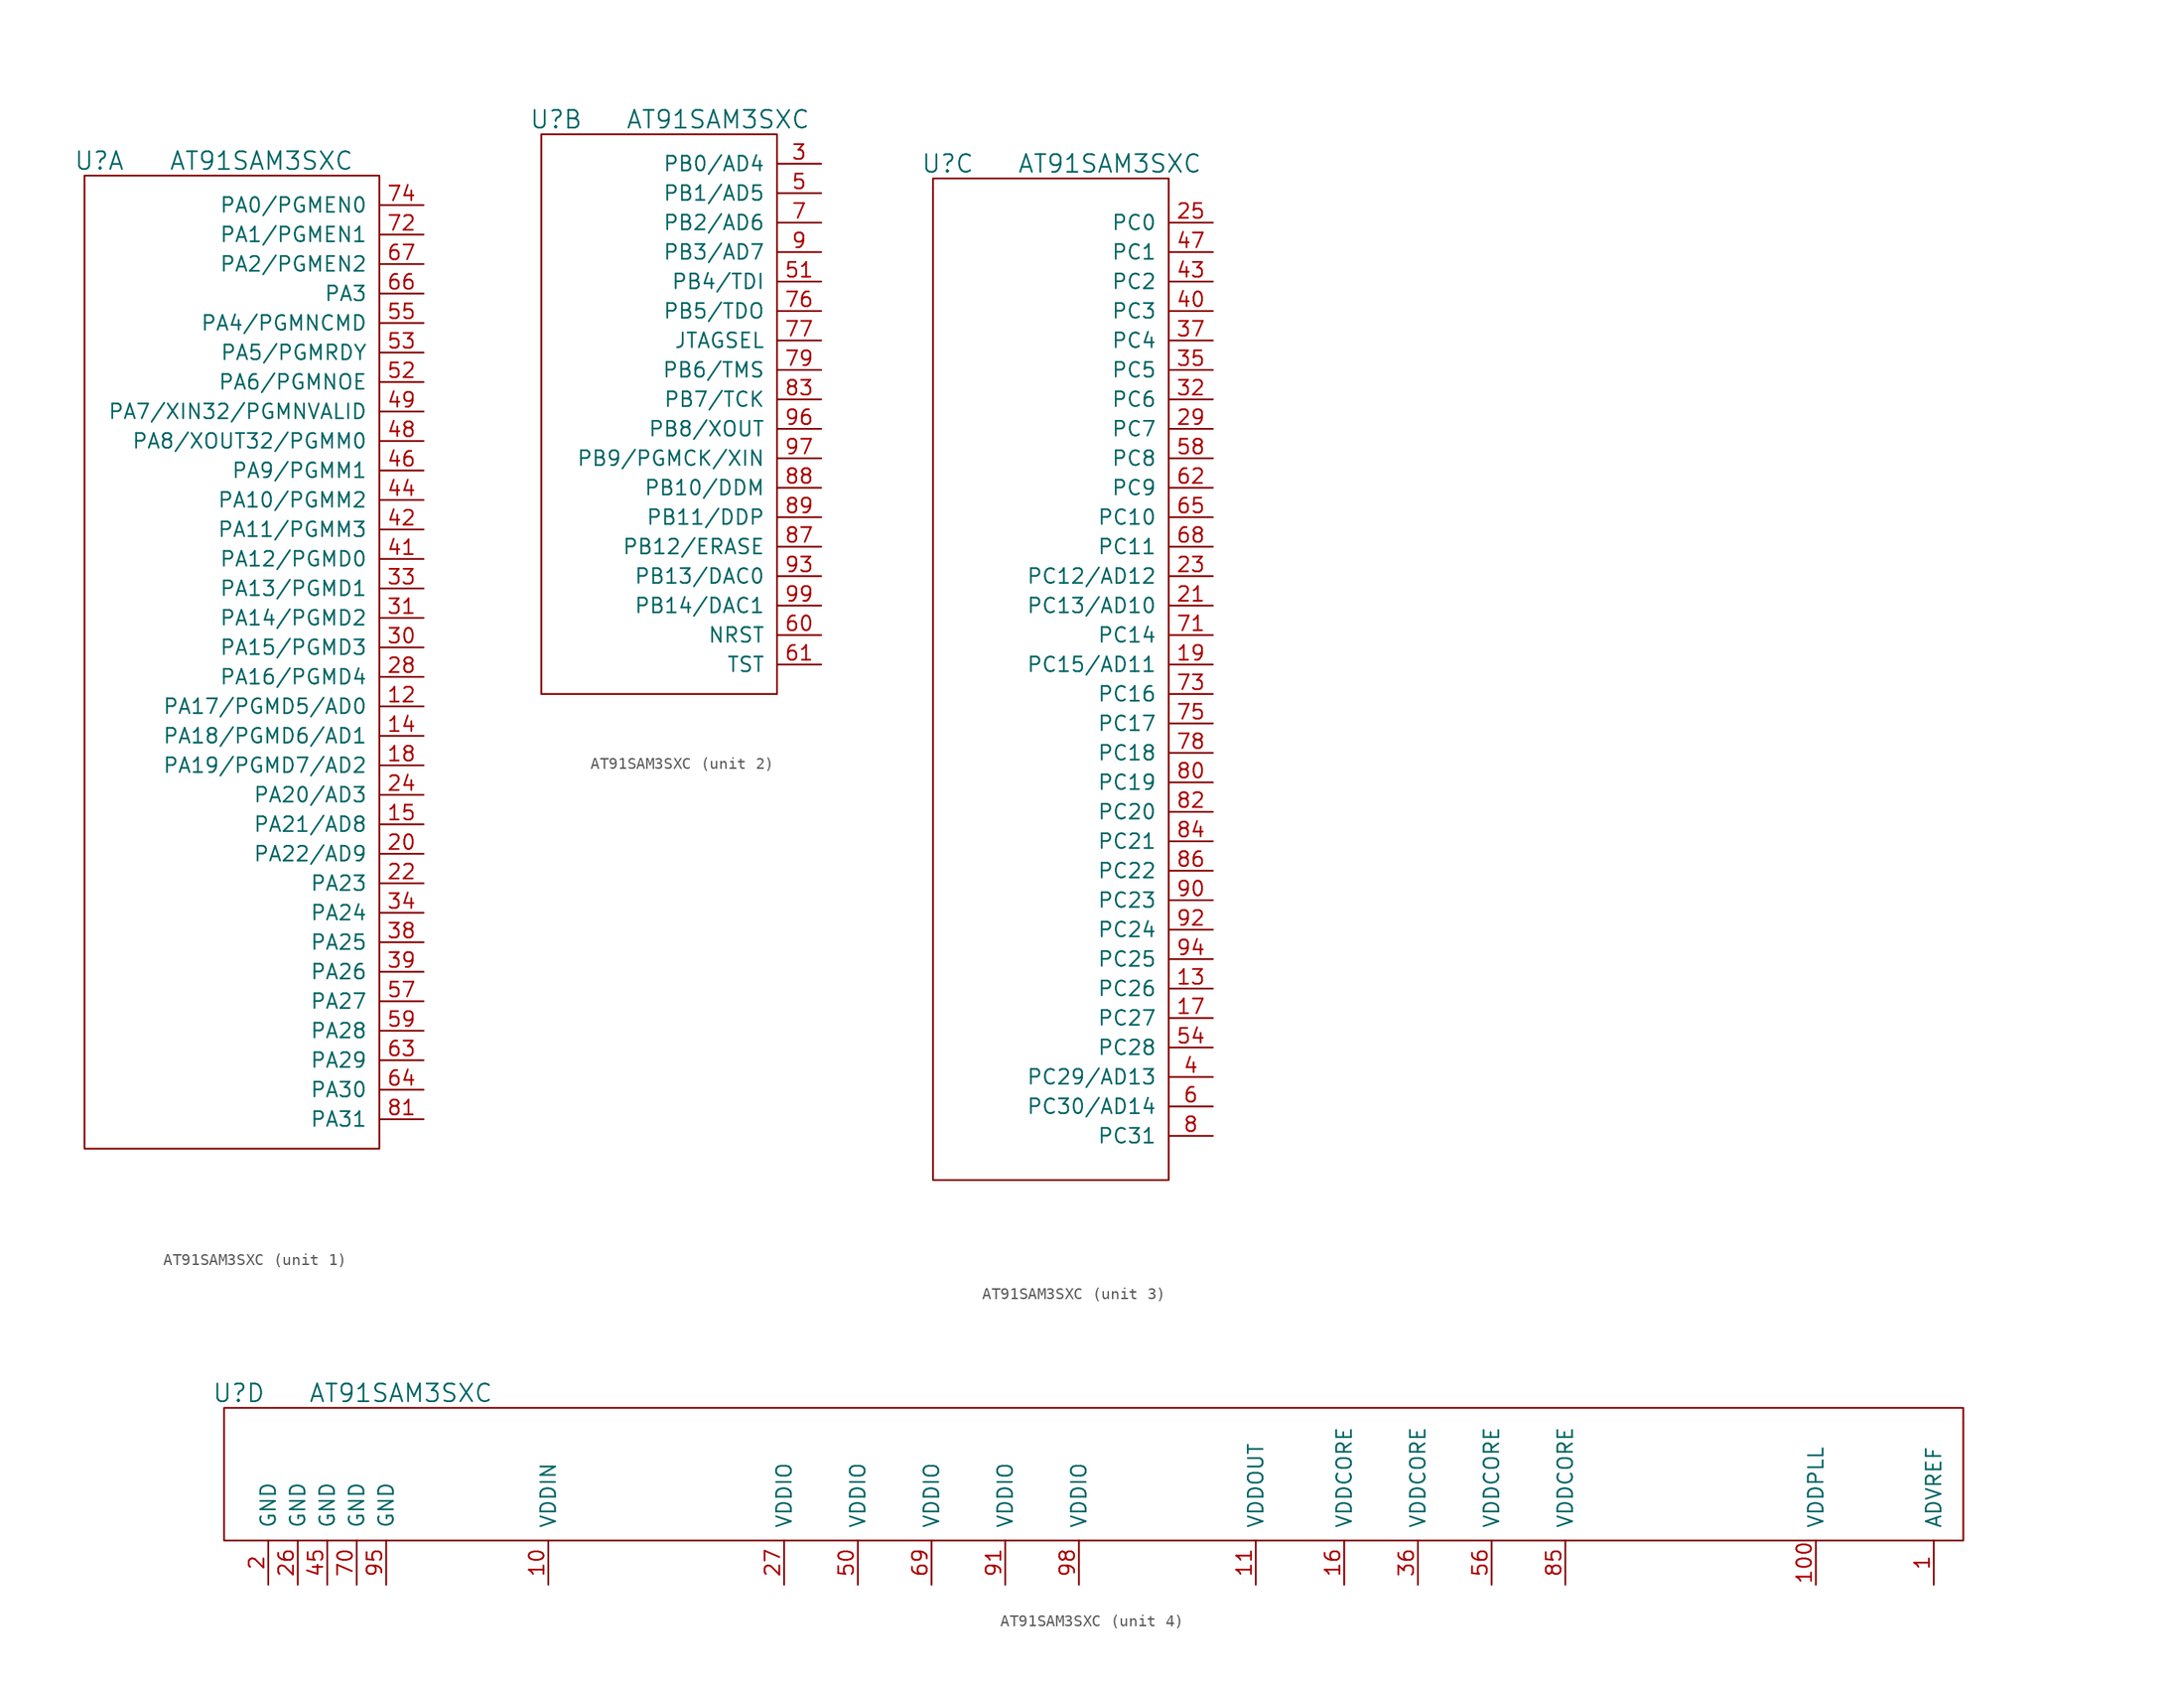
<source format=kicad_sym>
(kicad_symbol_lib
  (version 20210619)
  (generator kicad_symbol_editor)
  (symbol "tinkerforge:AT91SAM3SXC"
    (pin_names
      (offset 1.016))
    (property "Reference" "U"
      (at 1.27 1.27 0)
      (effects (font (size 1.524 1.524))))
    (property "Value" "AT91SAM3SXC"
      (at 15.24 1.27 0)
      (effects (font (size 1.524 1.524))))
    (property "Footprint" ""
      (at 0 0 0)
      (effects (font (size 1.524 1.524))))
    (property "Datasheet" ""
      (at 0 0 0)
      (effects (font (size 1.524 1.524))))
    (symbol "AT91SAM3SXC_1_1"
      (rectangle (start 25.4 0) (end 0 -83.82) (stroke (width 0)) (fill (type none)))
      (pin passive line (at 29.21 -45.72 180) (length 3.81) (name "PA17/PGMD5/AD0" (effects (font (size 1.27 1.27)))) (number "12" (effects (font (size 1.27 1.27)))))
      (pin passive line (at 29.21 -48.26 180) (length 3.81) (name "PA18/PGMD6/AD1" (effects (font (size 1.27 1.27)))) (number "14" (effects (font (size 1.27 1.27)))))
      (pin passive line (at 29.21 -55.88 180) (length 3.81) (name "PA21/AD8" (effects (font (size 1.27 1.27)))) (number "15" (effects (font (size 1.27 1.27)))))
      (pin passive line (at 29.21 -50.8 180) (length 3.81) (name "PA19/PGMD7/AD2" (effects (font (size 1.27 1.27)))) (number "18" (effects (font (size 1.27 1.27)))))
      (pin passive line (at 29.21 -58.42 180) (length 3.81) (name "PA22/AD9" (effects (font (size 1.27 1.27)))) (number "20" (effects (font (size 1.27 1.27)))))
      (pin passive line (at 29.21 -60.96 180) (length 3.81) (name "PA23" (effects (font (size 1.27 1.27)))) (number "22" (effects (font (size 1.27 1.27)))))
      (pin passive line (at 29.21 -53.34 180) (length 3.81) (name "PA20/AD3" (effects (font (size 1.27 1.27)))) (number "24" (effects (font (size 1.27 1.27)))))
      (pin passive line (at 29.21 -43.18 180) (length 3.81) (name "PA16/PGMD4" (effects (font (size 1.27 1.27)))) (number "28" (effects (font (size 1.27 1.27)))))
      (pin passive line (at 29.21 -40.64 180) (length 3.81) (name "PA15/PGMD3" (effects (font (size 1.27 1.27)))) (number "30" (effects (font (size 1.27 1.27)))))
      (pin passive line (at 29.21 -38.1 180) (length 3.81) (name "PA14/PGMD2" (effects (font (size 1.27 1.27)))) (number "31" (effects (font (size 1.27 1.27)))))
      (pin passive line (at 29.21 -35.56 180) (length 3.81) (name "PA13/PGMD1" (effects (font (size 1.27 1.27)))) (number "33" (effects (font (size 1.27 1.27)))))
      (pin passive line (at 29.21 -63.5 180) (length 3.81) (name "PA24" (effects (font (size 1.27 1.27)))) (number "34" (effects (font (size 1.27 1.27)))))
      (pin passive line (at 29.21 -66.04 180) (length 3.81) (name "PA25" (effects (font (size 1.27 1.27)))) (number "38" (effects (font (size 1.27 1.27)))))
      (pin passive line (at 29.21 -68.58 180) (length 3.81) (name "PA26" (effects (font (size 1.27 1.27)))) (number "39" (effects (font (size 1.27 1.27)))))
      (pin passive line (at 29.21 -33.02 180) (length 3.81) (name "PA12/PGMD0" (effects (font (size 1.27 1.27)))) (number "41" (effects (font (size 1.27 1.27)))))
      (pin passive line (at 29.21 -30.48 180) (length 3.81) (name "PA11/PGMM3" (effects (font (size 1.27 1.27)))) (number "42" (effects (font (size 1.27 1.27)))))
      (pin passive line (at 29.21 -27.94 180) (length 3.81) (name "PA10/PGMM2" (effects (font (size 1.27 1.27)))) (number "44" (effects (font (size 1.27 1.27)))))
      (pin passive line (at 29.21 -25.4 180) (length 3.81) (name "PA9/PGMM1" (effects (font (size 1.27 1.27)))) (number "46" (effects (font (size 1.27 1.27)))))
      (pin passive line (at 29.21 -22.86 180) (length 3.81) (name "PA8/XOUT32/PGMM0" (effects (font (size 1.27 1.27)))) (number "48" (effects (font (size 1.27 1.27)))))
      (pin passive line (at 29.21 -20.32 180) (length 3.81) (name "PA7/XIN32/PGMNVALID" (effects (font (size 1.27 1.27)))) (number "49" (effects (font (size 1.27 1.27)))))
      (pin passive line (at 29.21 -17.78 180) (length 3.81) (name "PA6/PGMNOE" (effects (font (size 1.27 1.27)))) (number "52" (effects (font (size 1.27 1.27)))))
      (pin passive line (at 29.21 -15.24 180) (length 3.81) (name "PA5/PGMRDY" (effects (font (size 1.27 1.27)))) (number "53" (effects (font (size 1.27 1.27)))))
      (pin passive line (at 29.21 -12.7 180) (length 3.81) (name "PA4/PGMNCMD" (effects (font (size 1.27 1.27)))) (number "55" (effects (font (size 1.27 1.27)))))
      (pin passive line (at 29.21 -71.12 180) (length 3.81) (name "PA27" (effects (font (size 1.27 1.27)))) (number "57" (effects (font (size 1.27 1.27)))))
      (pin passive line (at 29.21 -73.66 180) (length 3.81) (name "PA28" (effects (font (size 1.27 1.27)))) (number "59" (effects (font (size 1.27 1.27)))))
      (pin passive line (at 29.21 -76.2 180) (length 3.81) (name "PA29" (effects (font (size 1.27 1.27)))) (number "63" (effects (font (size 1.27 1.27)))))
      (pin passive line (at 29.21 -78.74 180) (length 3.81) (name "PA30" (effects (font (size 1.27 1.27)))) (number "64" (effects (font (size 1.27 1.27)))))
      (pin passive line (at 29.21 -10.16 180) (length 3.81) (name "PA3" (effects (font (size 1.27 1.27)))) (number "66" (effects (font (size 1.27 1.27)))))
      (pin passive line (at 29.21 -7.62 180) (length 3.81) (name "PA2/PGMEN2" (effects (font (size 1.27 1.27)))) (number "67" (effects (font (size 1.27 1.27)))))
      (pin passive line (at 29.21 -5.08 180) (length 3.81) (name "PA1/PGMEN1" (effects (font (size 1.27 1.27)))) (number "72" (effects (font (size 1.27 1.27)))))
      (pin passive line (at 29.21 -2.54 180) (length 3.81) (name "PA0/PGMEN0" (effects (font (size 1.27 1.27)))) (number "74" (effects (font (size 1.27 1.27)))))
      (pin passive line (at 29.21 -81.28 180) (length 3.81) (name "PA31" (effects (font (size 1.27 1.27)))) (number "81" (effects (font (size 1.27 1.27))))))
    (symbol "AT91SAM3SXC_2_1"
      (rectangle (start 20.32 0) (end 0 -48.26) (stroke (width 0)) (fill (type none)))
      (pin passive line (at 24.13 -2.54 180) (length 3.81) (name "PB0/AD4" (effects (font (size 1.27 1.27)))) (number "3" (effects (font (size 1.27 1.27)))))
      (pin passive line (at 24.13 -5.08 180) (length 3.81) (name "PB1/AD5" (effects (font (size 1.27 1.27)))) (number "5" (effects (font (size 1.27 1.27)))))
      (pin passive line (at 24.13 -12.7 180) (length 3.81) (name "PB4/TDI" (effects (font (size 1.27 1.27)))) (number "51" (effects (font (size 1.27 1.27)))))
      (pin passive line (at 24.13 -43.18 180) (length 3.81) (name "NRST" (effects (font (size 1.27 1.27)))) (number "60" (effects (font (size 1.27 1.27)))))
      (pin passive line (at 24.13 -45.72 180) (length 3.81) (name "TST" (effects (font (size 1.27 1.27)))) (number "61" (effects (font (size 1.27 1.27)))))
      (pin passive line (at 24.13 -7.62 180) (length 3.81) (name "PB2/AD6" (effects (font (size 1.27 1.27)))) (number "7" (effects (font (size 1.27 1.27)))))
      (pin passive line (at 24.13 -15.24 180) (length 3.81) (name "PB5/TDO" (effects (font (size 1.27 1.27)))) (number "76" (effects (font (size 1.27 1.27)))))
      (pin passive line (at 24.13 -17.78 180) (length 3.81) (name "JTAGSEL" (effects (font (size 1.27 1.27)))) (number "77" (effects (font (size 1.27 1.27)))))
      (pin passive line (at 24.13 -20.32 180) (length 3.81) (name "PB6/TMS" (effects (font (size 1.27 1.27)))) (number "79" (effects (font (size 1.27 1.27)))))
      (pin passive line (at 24.13 -22.86 180) (length 3.81) (name "PB7/TCK" (effects (font (size 1.27 1.27)))) (number "83" (effects (font (size 1.27 1.27)))))
      (pin passive line (at 24.13 -35.56 180) (length 3.81) (name "PB12/ERASE" (effects (font (size 1.27 1.27)))) (number "87" (effects (font (size 1.27 1.27)))))
      (pin passive line (at 24.13 -30.48 180) (length 3.81) (name "PB10/DDM" (effects (font (size 1.27 1.27)))) (number "88" (effects (font (size 1.27 1.27)))))
      (pin passive line (at 24.13 -33.02 180) (length 3.81) (name "PB11/DDP" (effects (font (size 1.27 1.27)))) (number "89" (effects (font (size 1.27 1.27)))))
      (pin passive line (at 24.13 -10.16 180) (length 3.81) (name "PB3/AD7" (effects (font (size 1.27 1.27)))) (number "9" (effects (font (size 1.27 1.27)))))
      (pin passive line (at 24.13 -38.1 180) (length 3.81) (name "PB13/DAC0" (effects (font (size 1.27 1.27)))) (number "93" (effects (font (size 1.27 1.27)))))
      (pin passive line (at 24.13 -25.4 180) (length 3.81) (name "PB8/XOUT" (effects (font (size 1.27 1.27)))) (number "96" (effects (font (size 1.27 1.27)))))
      (pin passive line (at 24.13 -27.94 180) (length 3.81) (name "PB9/PGMCK/XIN" (effects (font (size 1.27 1.27)))) (number "97" (effects (font (size 1.27 1.27)))))
      (pin passive line (at 24.13 -40.64 180) (length 3.81) (name "PB14/DAC1" (effects (font (size 1.27 1.27)))) (number "99" (effects (font (size 1.27 1.27))))))
    (symbol "AT91SAM3SXC_3_1"
      (rectangle (start 0 0) (end 20.32 -86.36) (stroke (width 0)) (fill (type none)))
      (pin passive line (at 24.13 -69.85 180) (length 3.81) (name "PC26" (effects (font (size 1.27 1.27)))) (number "13" (effects (font (size 1.27 1.27)))))
      (pin passive line (at 24.13 -72.39 180) (length 3.81) (name "PC27" (effects (font (size 1.27 1.27)))) (number "17" (effects (font (size 1.27 1.27)))))
      (pin passive line (at 24.13 -41.91 180) (length 3.81) (name "PC15/AD11" (effects (font (size 1.27 1.27)))) (number "19" (effects (font (size 1.27 1.27)))))
      (pin passive line (at 24.13 -36.83 180) (length 3.81) (name "PC13/AD10" (effects (font (size 1.27 1.27)))) (number "21" (effects (font (size 1.27 1.27)))))
      (pin passive line (at 24.13 -34.29 180) (length 3.81) (name "PC12/AD12" (effects (font (size 1.27 1.27)))) (number "23" (effects (font (size 1.27 1.27)))))
      (pin passive line (at 24.13 -3.81 180) (length 3.81) (name "PC0" (effects (font (size 1.27 1.27)))) (number "25" (effects (font (size 1.27 1.27)))))
      (pin passive line (at 24.13 -21.59 180) (length 3.81) (name "PC7" (effects (font (size 1.27 1.27)))) (number "29" (effects (font (size 1.27 1.27)))))
      (pin passive line (at 24.13 -19.05 180) (length 3.81) (name "PC6" (effects (font (size 1.27 1.27)))) (number "32" (effects (font (size 1.27 1.27)))))
      (pin passive line (at 24.13 -16.51 180) (length 3.81) (name "PC5" (effects (font (size 1.27 1.27)))) (number "35" (effects (font (size 1.27 1.27)))))
      (pin passive line (at 24.13 -13.97 180) (length 3.81) (name "PC4" (effects (font (size 1.27 1.27)))) (number "37" (effects (font (size 1.27 1.27)))))
      (pin passive line (at 24.13 -77.47 180) (length 3.81) (name "PC29/AD13" (effects (font (size 1.27 1.27)))) (number "4" (effects (font (size 1.27 1.27)))))
      (pin passive line (at 24.13 -11.43 180) (length 3.81) (name "PC3" (effects (font (size 1.27 1.27)))) (number "40" (effects (font (size 1.27 1.27)))))
      (pin passive line (at 24.13 -8.89 180) (length 3.81) (name "PC2" (effects (font (size 1.27 1.27)))) (number "43" (effects (font (size 1.27 1.27)))))
      (pin passive line (at 24.13 -6.35 180) (length 3.81) (name "PC1" (effects (font (size 1.27 1.27)))) (number "47" (effects (font (size 1.27 1.27)))))
      (pin passive line (at 24.13 -74.93 180) (length 3.81) (name "PC28" (effects (font (size 1.27 1.27)))) (number "54" (effects (font (size 1.27 1.27)))))
      (pin passive line (at 24.13 -24.13 180) (length 3.81) (name "PC8" (effects (font (size 1.27 1.27)))) (number "58" (effects (font (size 1.27 1.27)))))
      (pin passive line (at 24.13 -80.01 180) (length 3.81) (name "PC30/AD14" (effects (font (size 1.27 1.27)))) (number "6" (effects (font (size 1.27 1.27)))))
      (pin passive line (at 24.13 -26.67 180) (length 3.81) (name "PC9" (effects (font (size 1.27 1.27)))) (number "62" (effects (font (size 1.27 1.27)))))
      (pin passive line (at 24.13 -29.21 180) (length 3.81) (name "PC10" (effects (font (size 1.27 1.27)))) (number "65" (effects (font (size 1.27 1.27)))))
      (pin passive line (at 24.13 -31.75 180) (length 3.81) (name "PC11" (effects (font (size 1.27 1.27)))) (number "68" (effects (font (size 1.27 1.27)))))
      (pin passive line (at 24.13 -39.37 180) (length 3.81) (name "PC14" (effects (font (size 1.27 1.27)))) (number "71" (effects (font (size 1.27 1.27)))))
      (pin passive line (at 24.13 -44.45 180) (length 3.81) (name "PC16" (effects (font (size 1.27 1.27)))) (number "73" (effects (font (size 1.27 1.27)))))
      (pin passive line (at 24.13 -46.99 180) (length 3.81) (name "PC17" (effects (font (size 1.27 1.27)))) (number "75" (effects (font (size 1.27 1.27)))))
      (pin passive line (at 24.13 -49.53 180) (length 3.81) (name "PC18" (effects (font (size 1.27 1.27)))) (number "78" (effects (font (size 1.27 1.27)))))
      (pin passive line (at 24.13 -82.55 180) (length 3.81) (name "PC31" (effects (font (size 1.27 1.27)))) (number "8" (effects (font (size 1.27 1.27)))))
      (pin passive line (at 24.13 -52.07 180) (length 3.81) (name "PC19" (effects (font (size 1.27 1.27)))) (number "80" (effects (font (size 1.27 1.27)))))
      (pin passive line (at 24.13 -54.61 180) (length 3.81) (name "PC20" (effects (font (size 1.27 1.27)))) (number "82" (effects (font (size 1.27 1.27)))))
      (pin passive line (at 24.13 -57.15 180) (length 3.81) (name "PC21" (effects (font (size 1.27 1.27)))) (number "84" (effects (font (size 1.27 1.27)))))
      (pin passive line (at 24.13 -59.69 180) (length 3.81) (name "PC22" (effects (font (size 1.27 1.27)))) (number "86" (effects (font (size 1.27 1.27)))))
      (pin passive line (at 24.13 -62.23 180) (length 3.81) (name "PC23" (effects (font (size 1.27 1.27)))) (number "90" (effects (font (size 1.27 1.27)))))
      (pin passive line (at 24.13 -64.77 180) (length 3.81) (name "PC24" (effects (font (size 1.27 1.27)))) (number "92" (effects (font (size 1.27 1.27)))))
      (pin passive line (at 24.13 -67.31 180) (length 3.81) (name "PC25" (effects (font (size 1.27 1.27)))) (number "94" (effects (font (size 1.27 1.27))))))
    (symbol "AT91SAM3SXC_4_1"
      (rectangle (start 0 0) (end 149.86 -11.43) (stroke (width 0)) (fill (type none)))
      (pin passive line (at 147.32 -15.24 90) (length 3.81) (name "ADVREF" (effects (font (size 1.27 1.27)))) (number "1" (effects (font (size 1.27 1.27)))))
      (pin passive line (at 27.94 -15.24 90) (length 3.81) (name "VDDIN" (effects (font (size 1.27 1.27)))) (number "10" (effects (font (size 1.27 1.27)))))
      (pin passive line (at 137.16 -15.24 90) (length 3.81) (name "VDDPLL" (effects (font (size 1.27 1.27)))) (number "100" (effects (font (size 1.27 1.27)))))
      (pin passive line (at 88.9 -15.24 90) (length 3.81) (name "VDDOUT" (effects (font (size 1.27 1.27)))) (number "11" (effects (font (size 1.27 1.27)))))
      (pin passive line (at 96.52 -15.24 90) (length 3.81) (name "VDDCORE" (effects (font (size 1.27 1.27)))) (number "16" (effects (font (size 1.27 1.27)))))
      (pin passive line (at 3.81 -15.24 90) (length 3.81) (name "GND" (effects (font (size 1.27 1.27)))) (number "2" (effects (font (size 1.27 1.27)))))
      (pin passive line (at 6.35 -15.24 90) (length 3.81) (name "GND" (effects (font (size 1.27 1.27)))) (number "26" (effects (font (size 1.27 1.27)))))
      (pin passive line (at 48.26 -15.24 90) (length 3.81) (name "VDDIO" (effects (font (size 1.27 1.27)))) (number "27" (effects (font (size 1.27 1.27)))))
      (pin passive line (at 102.87 -15.24 90) (length 3.81) (name "VDDCORE" (effects (font (size 1.27 1.27)))) (number "36" (effects (font (size 1.27 1.27)))))
      (pin passive line (at 8.89 -15.24 90) (length 3.81) (name "GND" (effects (font (size 1.27 1.27)))) (number "45" (effects (font (size 1.27 1.27)))))
      (pin passive line (at 54.61 -15.24 90) (length 3.81) (name "VDDIO" (effects (font (size 1.27 1.27)))) (number "50" (effects (font (size 1.27 1.27)))))
      (pin passive line (at 109.22 -15.24 90) (length 3.81) (name "VDDCORE" (effects (font (size 1.27 1.27)))) (number "56" (effects (font (size 1.27 1.27)))))
      (pin passive line (at 60.96 -15.24 90) (length 3.81) (name "VDDIO" (effects (font (size 1.27 1.27)))) (number "69" (effects (font (size 1.27 1.27)))))
      (pin passive line (at 11.43 -15.24 90) (length 3.81) (name "GND" (effects (font (size 1.27 1.27)))) (number "70" (effects (font (size 1.27 1.27)))))
      (pin passive line (at 115.57 -15.24 90) (length 3.81) (name "VDDCORE" (effects (font (size 1.27 1.27)))) (number "85" (effects (font (size 1.27 1.27)))))
      (pin passive line (at 67.31 -15.24 90) (length 3.81) (name "VDDIO" (effects (font (size 1.27 1.27)))) (number "91" (effects (font (size 1.27 1.27)))))
      (pin passive line (at 13.97 -15.24 90) (length 3.81) (name "GND" (effects (font (size 1.27 1.27)))) (number "95" (effects (font (size 1.27 1.27)))))
      (pin passive line (at 73.66 -15.24 90) (length 3.81) (name "VDDIO" (effects (font (size 1.27 1.27)))) (number "98" (effects (font (size 1.27 1.27))))))))
</source>
